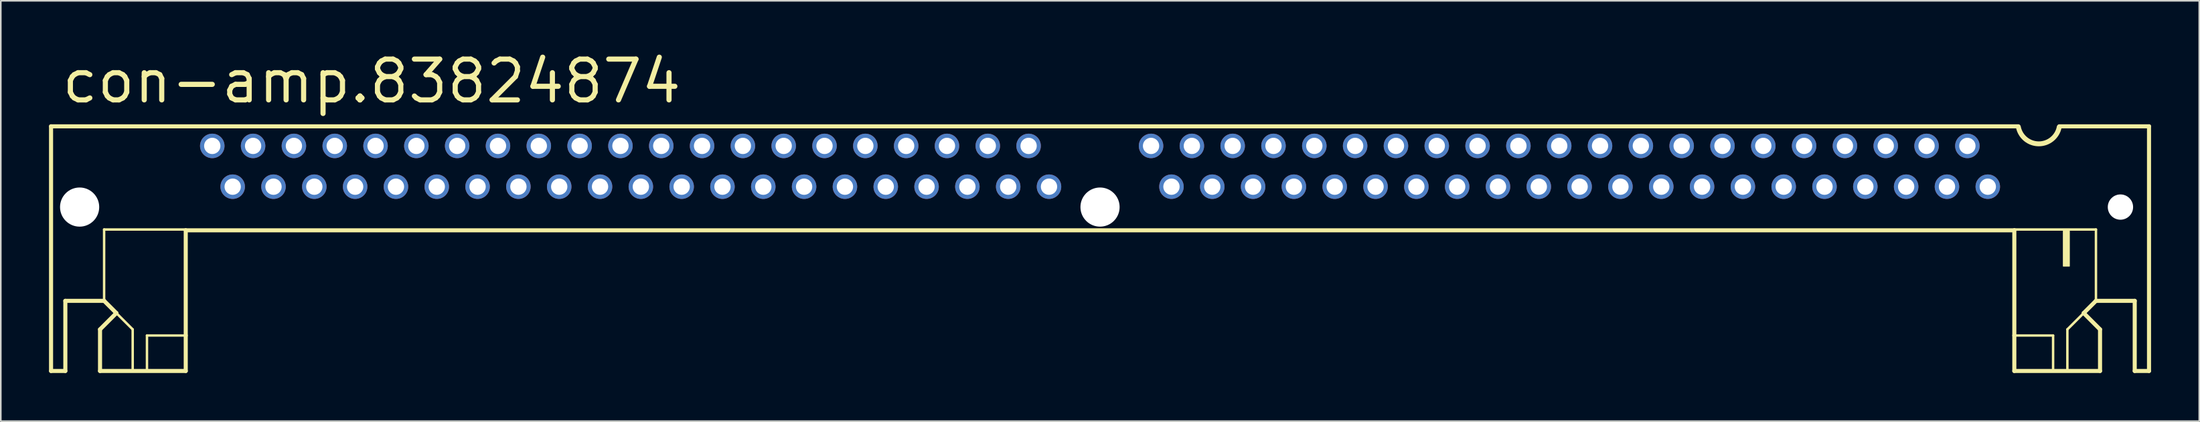
<source format=kicad_pcb>
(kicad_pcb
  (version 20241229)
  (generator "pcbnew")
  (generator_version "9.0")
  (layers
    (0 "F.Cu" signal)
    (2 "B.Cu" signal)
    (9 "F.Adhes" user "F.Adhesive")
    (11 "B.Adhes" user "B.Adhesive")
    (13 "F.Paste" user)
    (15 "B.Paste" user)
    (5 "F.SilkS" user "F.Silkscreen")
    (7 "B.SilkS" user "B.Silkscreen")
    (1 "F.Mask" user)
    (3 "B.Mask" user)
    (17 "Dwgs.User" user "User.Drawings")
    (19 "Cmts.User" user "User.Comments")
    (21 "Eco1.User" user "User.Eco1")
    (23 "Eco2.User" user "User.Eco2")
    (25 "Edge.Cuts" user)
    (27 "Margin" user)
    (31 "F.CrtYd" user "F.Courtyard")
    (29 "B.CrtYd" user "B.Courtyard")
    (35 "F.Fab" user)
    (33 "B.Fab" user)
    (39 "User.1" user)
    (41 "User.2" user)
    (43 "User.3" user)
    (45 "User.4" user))
  (footprint "con-amp.83824874"
    (layer "F.Cu")
    (at 65.405 7.31)
    (property "Reference" "con-amp.83824874" (at -64.77 -3.81 0) (layer "F.SilkS") (effects (font (size 2.54 2.54) (thickness 0.32)) (justify left bottom)))
    (attr through_hole)
    (fp_line (start -65.278 -2.489) (end 57.15 -2.489) (stroke (width 0.254) (type default)) (layer "F.SilkS"))
    (fp_line (start -65.278 12.751) (end -65.278 -2.489) (stroke (width 0.254) (type default)) (layer "F.SilkS"))
    (fp_line (start -64.389 8.382) (end -64.389 12.751) (stroke (width 0.254) (type default)) (layer "F.SilkS"))
    (fp_line (start -64.389 12.751) (end -65.278 12.751) (stroke (width 0.254) (type default)) (layer "F.SilkS"))
    (fp_line (start -62.23 10.16) (end -61.214 9.144) (stroke (width 0.254) (type default)) (layer "F.SilkS"))
    (fp_line (start -62.23 12.751) (end -62.23 10.16) (stroke (width 0.254) (type default)) (layer "F.SilkS"))
    (fp_line (start -61.976 3.937) (end -61.976 8.382) (stroke (width 0.152) (type default)) (layer "F.SilkS"))
    (fp_line (start -61.976 8.382) (end -64.389 8.382) (stroke (width 0.254) (type default)) (layer "F.SilkS"))
    (fp_line (start -61.214 9.144) (end -61.976 8.382) (stroke (width 0.254) (type default)) (layer "F.SilkS"))
    (fp_line (start -61.214 9.144) (end -60.198 10.16) (stroke (width 0.152) (type default)) (layer "F.SilkS"))
    (fp_line (start -60.198 10.16) (end -60.198 12.7) (stroke (width 0.152) (type default)) (layer "F.SilkS"))
    (fp_line (start -59.309 10.541) (end -59.309 12.7) (stroke (width 0.152) (type default)) (layer "F.SilkS"))
    (fp_line (start -59.309 10.541) (end -56.896 10.541) (stroke (width 0.152) (type default)) (layer "F.SilkS"))
    (fp_line (start -56.896 3.937) (end -61.976 3.937) (stroke (width 0.152) (type default)) (layer "F.SilkS"))
    (fp_line (start -56.896 3.988) (end -56.896 10.541) (stroke (width 0.254) (type default)) (layer "F.SilkS"))
    (fp_line (start -56.896 10.541) (end -56.896 12.751) (stroke (width 0.254) (type default)) (layer "F.SilkS"))
    (fp_line (start -56.896 12.751) (end -62.23 12.751) (stroke (width 0.254) (type default)) (layer "F.SilkS"))
    (fp_line (start 56.896 3.937) (end 61.976 3.937) (stroke (width 0.152) (type default)) (layer "F.SilkS"))
    (fp_line (start 56.896 3.988) (end -56.896 3.988) (stroke (width 0.254) (type default)) (layer "F.SilkS"))
    (fp_line (start 56.896 3.988) (end 56.896 10.541) (stroke (width 0.254) (type default)) (layer "F.SilkS"))
    (fp_line (start 56.896 10.541) (end 56.896 12.751) (stroke (width 0.254) (type default)) (layer "F.SilkS"))
    (fp_line (start 56.896 12.751) (end 62.23 12.751) (stroke (width 0.254) (type default)) (layer "F.SilkS"))
    (fp_line (start 59.309 10.541) (end 56.896 10.541) (stroke (width 0.152) (type default)) (layer "F.SilkS"))
    (fp_line (start 59.309 10.541) (end 59.309 12.7) (stroke (width 0.152) (type default)) (layer "F.SilkS"))
    (fp_line (start 59.69 -2.489) (end 65.278 -2.489) (stroke (width 0.254) (type default)) (layer "F.SilkS"))
    (fp_line (start 60.198 10.16) (end 60.198 12.7) (stroke (width 0.152) (type default)) (layer "F.SilkS"))
    (fp_line (start 61.214 9.144) (end 60.198 10.16) (stroke (width 0.152) (type default)) (layer "F.SilkS"))
    (fp_line (start 61.214 9.144) (end 61.976 8.382) (stroke (width 0.254) (type default)) (layer "F.SilkS"))
    (fp_line (start 61.976 3.937) (end 61.976 8.382) (stroke (width 0.152) (type default)) (layer "F.SilkS"))
    (fp_line (start 61.976 8.382) (end 64.389 8.382) (stroke (width 0.254) (type default)) (layer "F.SilkS"))
    (fp_line (start 62.23 10.16) (end 61.214 9.144) (stroke (width 0.254) (type default)) (layer "F.SilkS"))
    (fp_line (start 62.23 12.751) (end 62.23 10.16) (stroke (width 0.254) (type default)) (layer "F.SilkS"))
    (fp_line (start 64.389 8.382) (end 64.389 12.751) (stroke (width 0.254) (type default)) (layer "F.SilkS"))
    (fp_line (start 64.389 12.751) (end 65.278 12.751) (stroke (width 0.254) (type default)) (layer "F.SilkS"))
    (fp_line (start 65.278 12.751) (end 65.278 -2.489) (stroke (width 0.254) (type default)) (layer "F.SilkS"))
    (fp_rect (start 59.944 6.223) (end 60.325 3.937) (stroke (width 0.05) (type default)) (fill yes) (layer "F.SilkS"))
    (fp_arc (start 59.69 -2.44) (mid 58.42 -1.398849) (end 57.15 -2.44) (stroke (width 0.3048) (type default)) (layer "F.SilkS"))
    (pad "" np_thru_hole circle (at -63.5 2.54) (size 2.438 2.438) (drill 2.438) (layers "*.Cu" "*.Mask"))
    (pad "" np_thru_hole circle (at 0 2.54) (size 2.438 2.438) (drill 2.438) (layers "*.Cu" "*.Mask"))
    (pad "" np_thru_hole circle (at 63.5 2.54) (size 1.575 1.575) (drill 1.575) (layers "*.Cu" "*.Mask"))
    (pad "1" thru_hole circle (at 55.245 1.27) (size 1.524 1.524) (drill 1.016) (layers "*.Cu" "*.Mask"))
    (pad "2" thru_hole circle (at 53.975 -1.27) (size 1.524 1.524) (drill 1.016) (layers "*.Cu" "*.Mask"))
    (pad "3" thru_hole circle (at 52.705 1.27) (size 1.524 1.524) (drill 1.016) (layers "*.Cu" "*.Mask"))
    (pad "4" thru_hole circle (at 51.435 -1.27) (size 1.524 1.524) (drill 1.016) (layers "*.Cu" "*.Mask"))
    (pad "5" thru_hole circle (at 50.165 1.27) (size 1.524 1.524) (drill 1.016) (layers "*.Cu" "*.Mask"))
    (pad "6" thru_hole circle (at 48.895 -1.27) (size 1.524 1.524) (drill 1.016) (layers "*.Cu" "*.Mask"))
    (pad "7" thru_hole circle (at 47.625 1.27) (size 1.524 1.524) (drill 1.016) (layers "*.Cu" "*.Mask"))
    (pad "8" thru_hole circle (at 46.355 -1.27) (size 1.524 1.524) (drill 1.016) (layers "*.Cu" "*.Mask"))
    (pad "9" thru_hole circle (at 45.085 1.27) (size 1.524 1.524) (drill 1.016) (layers "*.Cu" "*.Mask"))
    (pad "10" thru_hole circle (at 43.815 -1.27) (size 1.524 1.524) (drill 1.016) (layers "*.Cu" "*.Mask"))
    (pad "11" thru_hole circle (at 42.545 1.27) (size 1.524 1.524) (drill 1.016) (layers "*.Cu" "*.Mask"))
    (pad "12" thru_hole circle (at 41.275 -1.27) (size 1.524 1.524) (drill 1.016) (layers "*.Cu" "*.Mask"))
    (pad "13" thru_hole circle (at 40.005 1.27) (size 1.524 1.524) (drill 1.016) (layers "*.Cu" "*.Mask"))
    (pad "14" thru_hole circle (at 38.735 -1.27) (size 1.524 1.524) (drill 1.016) (layers "*.Cu" "*.Mask"))
    (pad "15" thru_hole circle (at 37.465 1.27) (size 1.524 1.524) (drill 1.016) (layers "*.Cu" "*.Mask"))
    (pad "16" thru_hole circle (at 36.195 -1.27) (size 1.524 1.524) (drill 1.016) (layers "*.Cu" "*.Mask"))
    (pad "17" thru_hole circle (at 34.925 1.27) (size 1.524 1.524) (drill 1.016) (layers "*.Cu" "*.Mask"))
    (pad "18" thru_hole circle (at 33.655 -1.27) (size 1.524 1.524) (drill 1.016) (layers "*.Cu" "*.Mask"))
    (pad "19" thru_hole circle (at 32.385 1.27) (size 1.524 1.524) (drill 1.016) (layers "*.Cu" "*.Mask"))
    (pad "20" thru_hole circle (at 31.115 -1.27) (size 1.524 1.524) (drill 1.016) (layers "*.Cu" "*.Mask"))
    (pad "21" thru_hole circle (at 29.845 1.27) (size 1.524 1.524) (drill 1.016) (layers "*.Cu" "*.Mask"))
    (pad "22" thru_hole circle (at 28.575 -1.27) (size 1.524 1.524) (drill 1.016) (layers "*.Cu" "*.Mask"))
    (pad "23" thru_hole circle (at 27.305 1.27) (size 1.524 1.524) (drill 1.016) (layers "*.Cu" "*.Mask"))
    (pad "24" thru_hole circle (at 26.035 -1.27) (size 1.524 1.524) (drill 1.016) (layers "*.Cu" "*.Mask"))
    (pad "25" thru_hole circle (at 24.765 1.27) (size 1.524 1.524) (drill 1.016) (layers "*.Cu" "*.Mask"))
    (pad "26" thru_hole circle (at 23.495 -1.27) (size 1.524 1.524) (drill 1.016) (layers "*.Cu" "*.Mask"))
    (pad "27" thru_hole circle (at 22.225 1.27) (size 1.524 1.524) (drill 1.016) (layers "*.Cu" "*.Mask"))
    (pad "28" thru_hole circle (at 20.955 -1.27) (size 1.524 1.524) (drill 1.016) (layers "*.Cu" "*.Mask"))
    (pad "29" thru_hole circle (at 19.685 1.27) (size 1.524 1.524) (drill 1.016) (layers "*.Cu" "*.Mask"))
    (pad "30" thru_hole circle (at 18.415 -1.27) (size 1.524 1.524) (drill 1.016) (layers "*.Cu" "*.Mask"))
    (pad "31" thru_hole circle (at 17.145 1.27) (size 1.524 1.524) (drill 1.016) (layers "*.Cu" "*.Mask"))
    (pad "32" thru_hole circle (at 15.875 -1.27) (size 1.524 1.524) (drill 1.016) (layers "*.Cu" "*.Mask"))
    (pad "33" thru_hole circle (at 14.605 1.27) (size 1.524 1.524) (drill 1.016) (layers "*.Cu" "*.Mask"))
    (pad "34" thru_hole circle (at 13.335 -1.27) (size 1.524 1.524) (drill 1.016) (layers "*.Cu" "*.Mask"))
    (pad "35" thru_hole circle (at 12.065 1.27) (size 1.524 1.524) (drill 1.016) (layers "*.Cu" "*.Mask"))
    (pad "36" thru_hole circle (at 10.795 -1.27) (size 1.524 1.524) (drill 1.016) (layers "*.Cu" "*.Mask"))
    (pad "37" thru_hole circle (at 9.525 1.27) (size 1.524 1.524) (drill 1.016) (layers "*.Cu" "*.Mask"))
    (pad "38" thru_hole circle (at 8.255 -1.27) (size 1.524 1.524) (drill 1.016) (layers "*.Cu" "*.Mask"))
    (pad "39" thru_hole circle (at 6.985 1.27) (size 1.524 1.524) (drill 1.016) (layers "*.Cu" "*.Mask"))
    (pad "40" thru_hole circle (at 5.715 -1.27) (size 1.524 1.524) (drill 1.016) (layers "*.Cu" "*.Mask"))
    (pad "41" thru_hole circle (at 4.445 1.27) (size 1.524 1.524) (drill 1.016) (layers "*.Cu" "*.Mask"))
    (pad "42" thru_hole circle (at 3.175 -1.27) (size 1.524 1.524) (drill 1.016) (layers "*.Cu" "*.Mask"))
    (pad "43" thru_hole circle (at -3.175 1.27) (size 1.524 1.524) (drill 1.016) (layers "*.Cu" "*.Mask"))
    (pad "44" thru_hole circle (at -4.445 -1.27) (size 1.524 1.524) (drill 1.016) (layers "*.Cu" "*.Mask"))
    (pad "45" thru_hole circle (at -5.715 1.27) (size 1.524 1.524) (drill 1.016) (layers "*.Cu" "*.Mask"))
    (pad "46" thru_hole circle (at -6.985 -1.27) (size 1.524 1.524) (drill 1.016) (layers "*.Cu" "*.Mask"))
    (pad "47" thru_hole circle (at -8.255 1.27) (size 1.524 1.524) (drill 1.016) (layers "*.Cu" "*.Mask"))
    (pad "48" thru_hole circle (at -9.525 -1.27) (size 1.524 1.524) (drill 1.016) (layers "*.Cu" "*.Mask"))
    (pad "49" thru_hole circle (at -10.795 1.27) (size 1.524 1.524) (drill 1.016) (layers "*.Cu" "*.Mask"))
    (pad "50" thru_hole circle (at -12.065 -1.27) (size 1.524 1.524) (drill 1.016) (layers "*.Cu" "*.Mask"))
    (pad "51" thru_hole circle (at -13.335 1.27) (size 1.524 1.524) (drill 1.016) (layers "*.Cu" "*.Mask"))
    (pad "52" thru_hole circle (at -14.605 -1.27) (size 1.524 1.524) (drill 1.016) (layers "*.Cu" "*.Mask"))
    (pad "53" thru_hole circle (at -15.875 1.27) (size 1.524 1.524) (drill 1.016) (layers "*.Cu" "*.Mask"))
    (pad "54" thru_hole circle (at -17.145 -1.27) (size 1.524 1.524) (drill 1.016) (layers "*.Cu" "*.Mask"))
    (pad "55" thru_hole circle (at -18.415 1.27) (size 1.524 1.524) (drill 1.016) (layers "*.Cu" "*.Mask"))
    (pad "56" thru_hole circle (at -19.685 -1.27) (size 1.524 1.524) (drill 1.016) (layers "*.Cu" "*.Mask"))
    (pad "57" thru_hole circle (at -20.955 1.27) (size 1.524 1.524) (drill 1.016) (layers "*.Cu" "*.Mask"))
    (pad "58" thru_hole circle (at -22.225 -1.27) (size 1.524 1.524) (drill 1.016) (layers "*.Cu" "*.Mask"))
    (pad "59" thru_hole circle (at -23.495 1.27) (size 1.524 1.524) (drill 1.016) (layers "*.Cu" "*.Mask"))
    (pad "60" thru_hole circle (at -24.765 -1.27) (size 1.524 1.524) (drill 1.016) (layers "*.Cu" "*.Mask"))
    (pad "61" thru_hole circle (at -26.035 1.27) (size 1.524 1.524) (drill 1.016) (layers "*.Cu" "*.Mask"))
    (pad "62" thru_hole circle (at -27.305 -1.27) (size 1.524 1.524) (drill 1.016) (layers "*.Cu" "*.Mask"))
    (pad "63" thru_hole circle (at -28.575 1.27) (size 1.524 1.524) (drill 1.016) (layers "*.Cu" "*.Mask"))
    (pad "64" thru_hole circle (at -29.845 -1.27) (size 1.524 1.524) (drill 1.016) (layers "*.Cu" "*.Mask"))
    (pad "65" thru_hole circle (at -31.115 1.27) (size 1.524 1.524) (drill 1.016) (layers "*.Cu" "*.Mask"))
    (pad "66" thru_hole circle (at -32.385 -1.27) (size 1.524 1.524) (drill 1.016) (layers "*.Cu" "*.Mask"))
    (pad "67" thru_hole circle (at -33.655 1.27) (size 1.524 1.524) (drill 1.016) (layers "*.Cu" "*.Mask"))
    (pad "68" thru_hole circle (at -34.925 -1.27) (size 1.524 1.524) (drill 1.016) (layers "*.Cu" "*.Mask"))
    (pad "69" thru_hole circle (at -36.195 1.27) (size 1.524 1.524) (drill 1.016) (layers "*.Cu" "*.Mask"))
    (pad "70" thru_hole circle (at -37.465 -1.27) (size 1.524 1.524) (drill 1.016) (layers "*.Cu" "*.Mask"))
    (pad "71" thru_hole circle (at -38.735 1.27) (size 1.524 1.524) (drill 1.016) (layers "*.Cu" "*.Mask"))
    (pad "72" thru_hole circle (at -40.005 -1.27) (size 1.524 1.524) (drill 1.016) (layers "*.Cu" "*.Mask"))
    (pad "73" thru_hole circle (at -41.275 1.27) (size 1.524 1.524) (drill 1.016) (layers "*.Cu" "*.Mask"))
    (pad "74" thru_hole circle (at -42.545 -1.27) (size 1.524 1.524) (drill 1.016) (layers "*.Cu" "*.Mask"))
    (pad "75" thru_hole circle (at -43.815 1.27) (size 1.524 1.524) (drill 1.016) (layers "*.Cu" "*.Mask"))
    (pad "76" thru_hole circle (at -45.085 -1.27) (size 1.524 1.524) (drill 1.016) (layers "*.Cu" "*.Mask"))
    (pad "77" thru_hole circle (at -46.355 1.27) (size 1.524 1.524) (drill 1.016) (layers "*.Cu" "*.Mask"))
    (pad "78" thru_hole circle (at -47.625 -1.27) (size 1.524 1.524) (drill 1.016) (layers "*.Cu" "*.Mask"))
    (pad "79" thru_hole circle (at -48.895 1.27) (size 1.524 1.524) (drill 1.016) (layers "*.Cu" "*.Mask"))
    (pad "80" thru_hole circle (at -50.165 -1.27) (size 1.524 1.524) (drill 1.016) (layers "*.Cu" "*.Mask"))
    (pad "81" thru_hole circle (at -51.435 1.27) (size 1.524 1.524) (drill 1.016) (layers "*.Cu" "*.Mask"))
    (pad "82" thru_hole circle (at -52.705 -1.27) (size 1.524 1.524) (drill 1.016) (layers "*.Cu" "*.Mask"))
    (pad "83" thru_hole circle (at -53.975 1.27) (size 1.524 1.524) (drill 1.016) (layers "*.Cu" "*.Mask"))
    (pad "84" thru_hole circle (at -55.245 -1.27) (size 1.524 1.524) (drill 1.016) (layers "*.Cu" "*.Mask")))
  (gr_rect
    (start -3 -3)
    (end 133.81 23.188)
    (stroke (width 0.1) (type default))
    (fill no)
    (layer "Edge.Cuts")))
</source>
